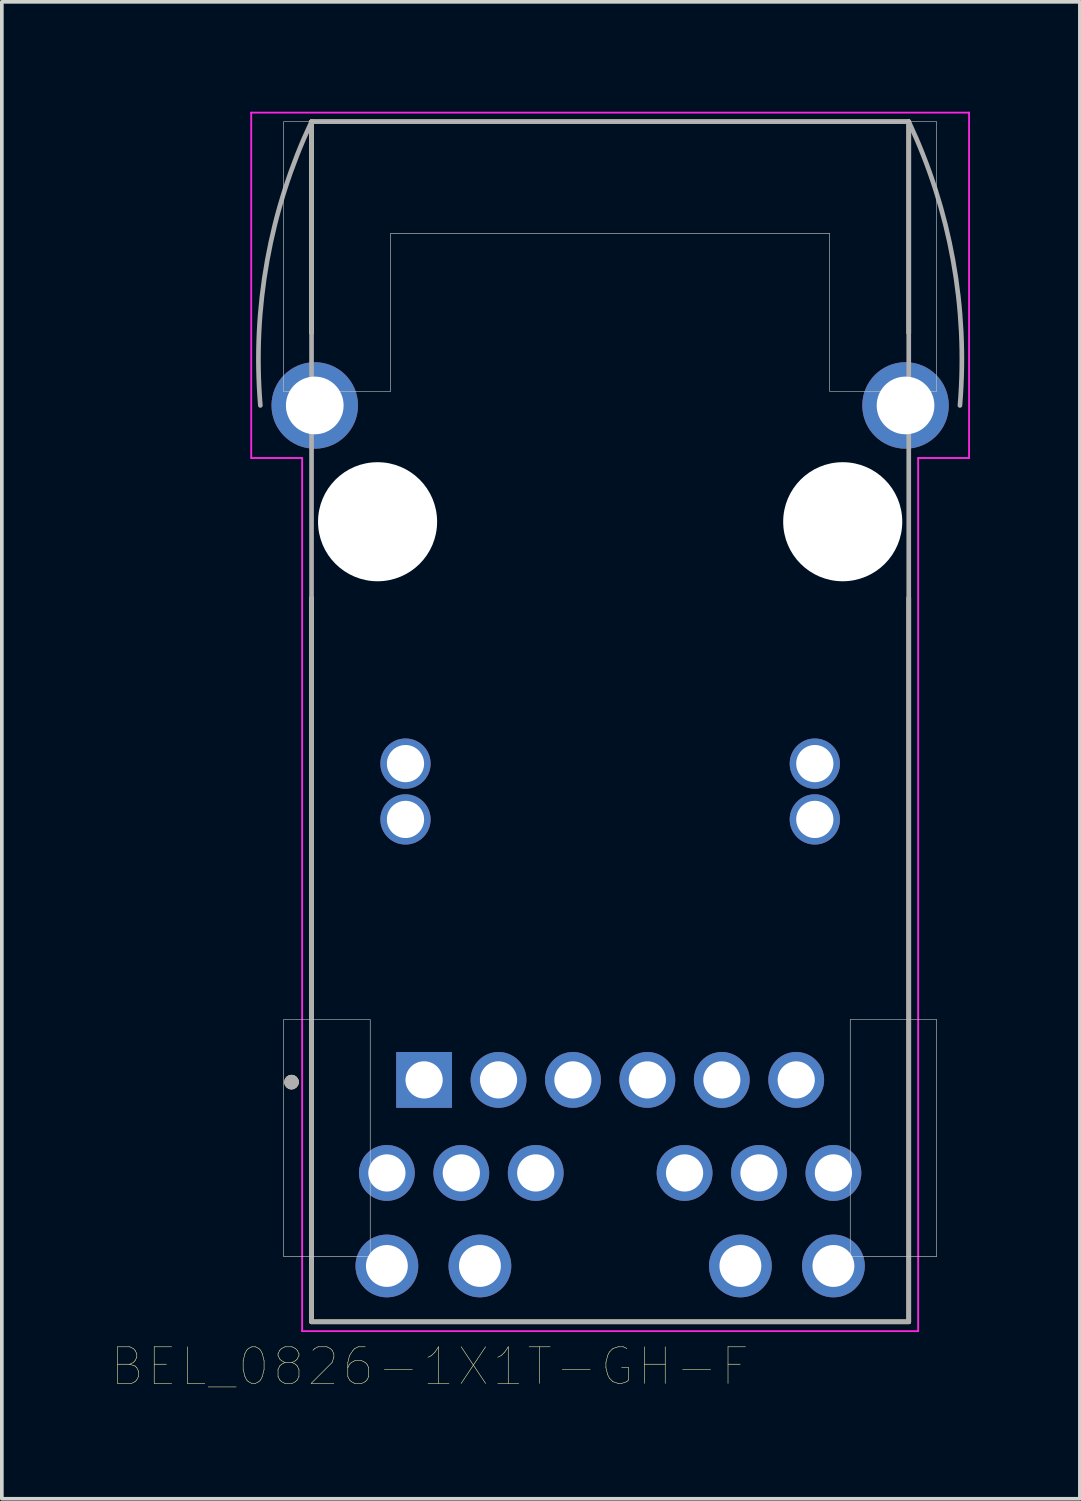
<source format=kicad_pcb>
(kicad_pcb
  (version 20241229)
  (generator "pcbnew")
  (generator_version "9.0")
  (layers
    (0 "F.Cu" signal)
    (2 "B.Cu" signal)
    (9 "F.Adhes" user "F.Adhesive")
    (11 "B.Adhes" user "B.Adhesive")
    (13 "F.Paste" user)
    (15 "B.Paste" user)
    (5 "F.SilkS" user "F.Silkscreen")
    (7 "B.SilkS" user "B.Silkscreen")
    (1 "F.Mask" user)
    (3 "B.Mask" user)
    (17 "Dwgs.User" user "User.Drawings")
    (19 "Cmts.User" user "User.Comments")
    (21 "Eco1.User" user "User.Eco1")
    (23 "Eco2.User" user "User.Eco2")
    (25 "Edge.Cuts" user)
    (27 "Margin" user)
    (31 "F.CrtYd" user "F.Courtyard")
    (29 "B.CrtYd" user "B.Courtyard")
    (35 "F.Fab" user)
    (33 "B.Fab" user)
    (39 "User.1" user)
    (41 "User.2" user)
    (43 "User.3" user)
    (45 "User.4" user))
  (footprint "BEL_0826-1X1T-GH-F"
    (layer "F.Cu")
    (at 13.609 11.195)
    (property "Reference" "BEL_0826-1X1T-GH-F" (at -4.925 23.065 0) (layer "F.SilkS") (effects (font (size 1 1) (thickness 0.015))))
    (attr through_hole)
    (fp_line (start -8.153 -5.156) (end -8.153 -10.922) (stroke (width 0.127) (type solid)) (layer "F.SilkS"))
    (fp_line (start -8.153 21.844) (end -8.153 2.078) (stroke (width 0.127) (type solid)) (layer "F.SilkS"))
    (fp_line (start -8.153 21.844) (end 8.153 21.844) (stroke (width 0.127) (type solid)) (layer "F.SilkS"))
    (fp_line (start 8.153 -10.922) (end -8.153 -10.922) (stroke (width 0.127) (type solid)) (layer "F.SilkS"))
    (fp_line (start 8.153 -5.156) (end 8.153 -10.922) (stroke (width 0.127) (type solid)) (layer "F.SilkS"))
    (fp_line (start 8.153 21.844) (end 8.153 2.078) (stroke (width 0.127) (type solid)) (layer "F.SilkS"))
    (fp_circle (center -8.7 15.3) (end -8.6 15.3) (stroke (width 0.2) (type solid)) (fill no) (layer "F.SilkS"))
    (fp_poly (pts (xy -8.915 13.589) (xy -6.553 13.589) (xy -6.553 20.066) (xy -8.915 20.066)) (stroke (width 0.01) (type solid)) (fill no) (layer "Dwgs.User"))
    (fp_poly (pts (xy -8.915 13.589) (xy -6.553 13.589) (xy -6.553 20.066) (xy -8.915 20.066)) (stroke (width 0.01) (type solid)) (fill no) (layer "Dwgs.User"))
    (fp_poly (pts (xy 6.553 13.589) (xy 8.915 13.589) (xy 8.915 20.066) (xy 6.553 20.066)) (stroke (width 0.01) (type solid)) (fill no) (layer "Dwgs.User"))
    (fp_poly (pts (xy 6.553 13.589) (xy 8.915 13.589) (xy 8.915 20.066) (xy 6.553 20.066)) (stroke (width 0.01) (type solid)) (fill no) (layer "Dwgs.User"))
    (fp_poly (pts (xy -8.915 -3.556) (xy -5.994 -3.556) (xy -5.994 -7.874) (xy 5.994 -7.874) (xy 5.994 -3.556) (xy 8.915 -3.556) (xy 8.915 -10.922) (xy -8.915 -10.922)) (stroke (width 0.01) (type solid)) (fill no) (layer "Dwgs.User"))
    (fp_poly (pts (xy -8.915 -3.556) (xy -5.994 -3.556) (xy -5.994 -7.874) (xy 5.994 -7.874) (xy 5.994 -3.556) (xy 8.915 -3.556) (xy 8.915 -10.922) (xy -8.915 -10.922)) (stroke (width 0.01) (type solid)) (fill no) (layer "Dwgs.User"))
    (fp_line (start -9.8 -11.17) (end 9.8 -11.17) (stroke (width 0.05) (type solid)) (layer "F.CrtYd"))
    (fp_line (start -9.8 -1.74) (end -9.8 -11.17) (stroke (width 0.05) (type solid)) (layer "F.CrtYd"))
    (fp_line (start -8.41 -1.74) (end -9.8 -1.74) (stroke (width 0.05) (type solid)) (layer "F.CrtYd"))
    (fp_line (start -8.41 22.1) (end -8.41 -1.74) (stroke (width 0.05) (type solid)) (layer "F.CrtYd"))
    (fp_line (start 8.41 -1.74) (end 8.41 22.1) (stroke (width 0.05) (type solid)) (layer "F.CrtYd"))
    (fp_line (start 8.41 22.1) (end -8.41 22.1) (stroke (width 0.05) (type solid)) (layer "F.CrtYd"))
    (fp_line (start 9.8 -11.17) (end 9.8 -1.74) (stroke (width 0.05) (type solid)) (layer "F.CrtYd"))
    (fp_line (start 9.8 -1.74) (end 8.41 -1.74) (stroke (width 0.05) (type solid)) (layer "F.CrtYd"))
    (fp_line (start -8.153 -10.922) (end -8.153 21.844) (stroke (width 0.127) (type solid)) (layer "F.Fab"))
    (fp_line (start -8.153 21.844) (end 8.153 21.844) (stroke (width 0.127) (type solid)) (layer "F.Fab"))
    (fp_line (start 8.153 -10.922) (end -8.153 -10.922) (stroke (width 0.127) (type solid)) (layer "F.Fab"))
    (fp_line (start 8.153 21.844) (end 8.153 -10.922) (stroke (width 0.127) (type solid)) (layer "F.Fab"))
    (fp_arc (start -9.5504 -3.175) (mid -9.361856 -7.140459) (end -8.1534 -10.922) (stroke (width 0.127) (type solid)) (layer "F.Fab"))
    (fp_arc (start 8.1534 -10.922) (mid 9.361856 -7.140459) (end 9.5504 -3.175) (stroke (width 0.127) (type solid)) (layer "F.Fab"))
    (fp_circle (center -8.7 15.3) (end -8.6 15.3) (stroke (width 0.2) (type solid)) (fill no) (layer "F.Fab"))
    (pad "" np_thru_hole circle (at -6.35 0) (size 3.251 3.251) (drill 3.251) (layers "*.Cu" "*.Mask"))
    (pad "" np_thru_hole circle (at 6.35 0) (size 3.251 3.251) (drill 3.251) (layers "*.Cu" "*.Mask"))
    (pad "1" thru_hole rect (at -5.08 15.24) (size 1.524 1.524) (drill 1.016) (layers "*.Cu" "*.Mask"))
    (pad "2" thru_hole circle (at -3.048 15.24) (size 1.524 1.524) (drill 1.016) (layers "*.Cu" "*.Mask"))
    (pad "3" thru_hole circle (at -1.016 15.24) (size 1.524 1.524) (drill 1.016) (layers "*.Cu" "*.Mask"))
    (pad "4" thru_hole circle (at 1.016 15.24) (size 1.524 1.524) (drill 1.016) (layers "*.Cu" "*.Mask"))
    (pad "5" thru_hole circle (at 3.048 15.24) (size 1.524 1.524) (drill 1.016) (layers "*.Cu" "*.Mask"))
    (pad "6" thru_hole circle (at 5.08 15.24) (size 1.524 1.524) (drill 1.016) (layers "*.Cu" "*.Mask"))
    (pad "7" thru_hole circle (at -6.096 17.78) (size 1.524 1.524) (drill 1.016) (layers "*.Cu" "*.Mask"))
    (pad "8" thru_hole circle (at -4.064 17.78) (size 1.524 1.524) (drill 1.016) (layers "*.Cu" "*.Mask"))
    (pad "9" thru_hole circle (at -2.032 17.78) (size 1.524 1.524) (drill 1.016) (layers "*.Cu" "*.Mask"))
    (pad "10" thru_hole circle (at 2.032 17.78) (size 1.524 1.524) (drill 1.016) (layers "*.Cu" "*.Mask"))
    (pad "11" thru_hole circle (at 4.064 17.78) (size 1.524 1.524) (drill 1.016) (layers "*.Cu" "*.Mask"))
    (pad "12" thru_hole circle (at 6.096 17.78) (size 1.524 1.524) (drill 1.016) (layers "*.Cu" "*.Mask"))
    (pad "13" thru_hole circle (at -5.588 8.128) (size 1.372 1.372) (drill 1.016) (layers "*.Cu" "*.Mask"))
    (pad "14" thru_hole circle (at 5.588 8.128) (size 1.372 1.372) (drill 1.016) (layers "*.Cu" "*.Mask"))
    (pad "15" thru_hole circle (at -5.588 6.604) (size 1.372 1.372) (drill 1.016) (layers "*.Cu" "*.Mask"))
    (pad "16" thru_hole circle (at 5.588 6.604) (size 1.372 1.372) (drill 1.016) (layers "*.Cu" "*.Mask"))
    (pad "17" thru_hole circle (at -6.096 20.32) (size 1.714 1.714) (drill 1.143) (layers "*.Cu" "*.Mask"))
    (pad "18" thru_hole circle (at -3.556 20.32) (size 1.714 1.714) (drill 1.143) (layers "*.Cu" "*.Mask"))
    (pad "19" thru_hole circle (at 3.556 20.32) (size 1.714 1.714) (drill 1.143) (layers "*.Cu" "*.Mask"))
    (pad "20" thru_hole circle (at 6.096 20.32) (size 1.714 1.714) (drill 1.143) (layers "*.Cu" "*.Mask"))
    (pad "S1" thru_hole circle (at -8.065 -3.175) (size 2.362 2.362) (drill 1.575) (layers "*.Cu" "*.Mask"))
    (pad "S2" thru_hole circle (at 8.065 -3.175) (size 2.362 2.362) (drill 1.575) (layers "*.Cu" "*.Mask")))
  (gr_rect
    (start -3 -3)
    (end 26.434 37.871)
    (stroke (width 0.1) (type default))
    (fill no)
    (layer "Edge.Cuts")))
</source>
